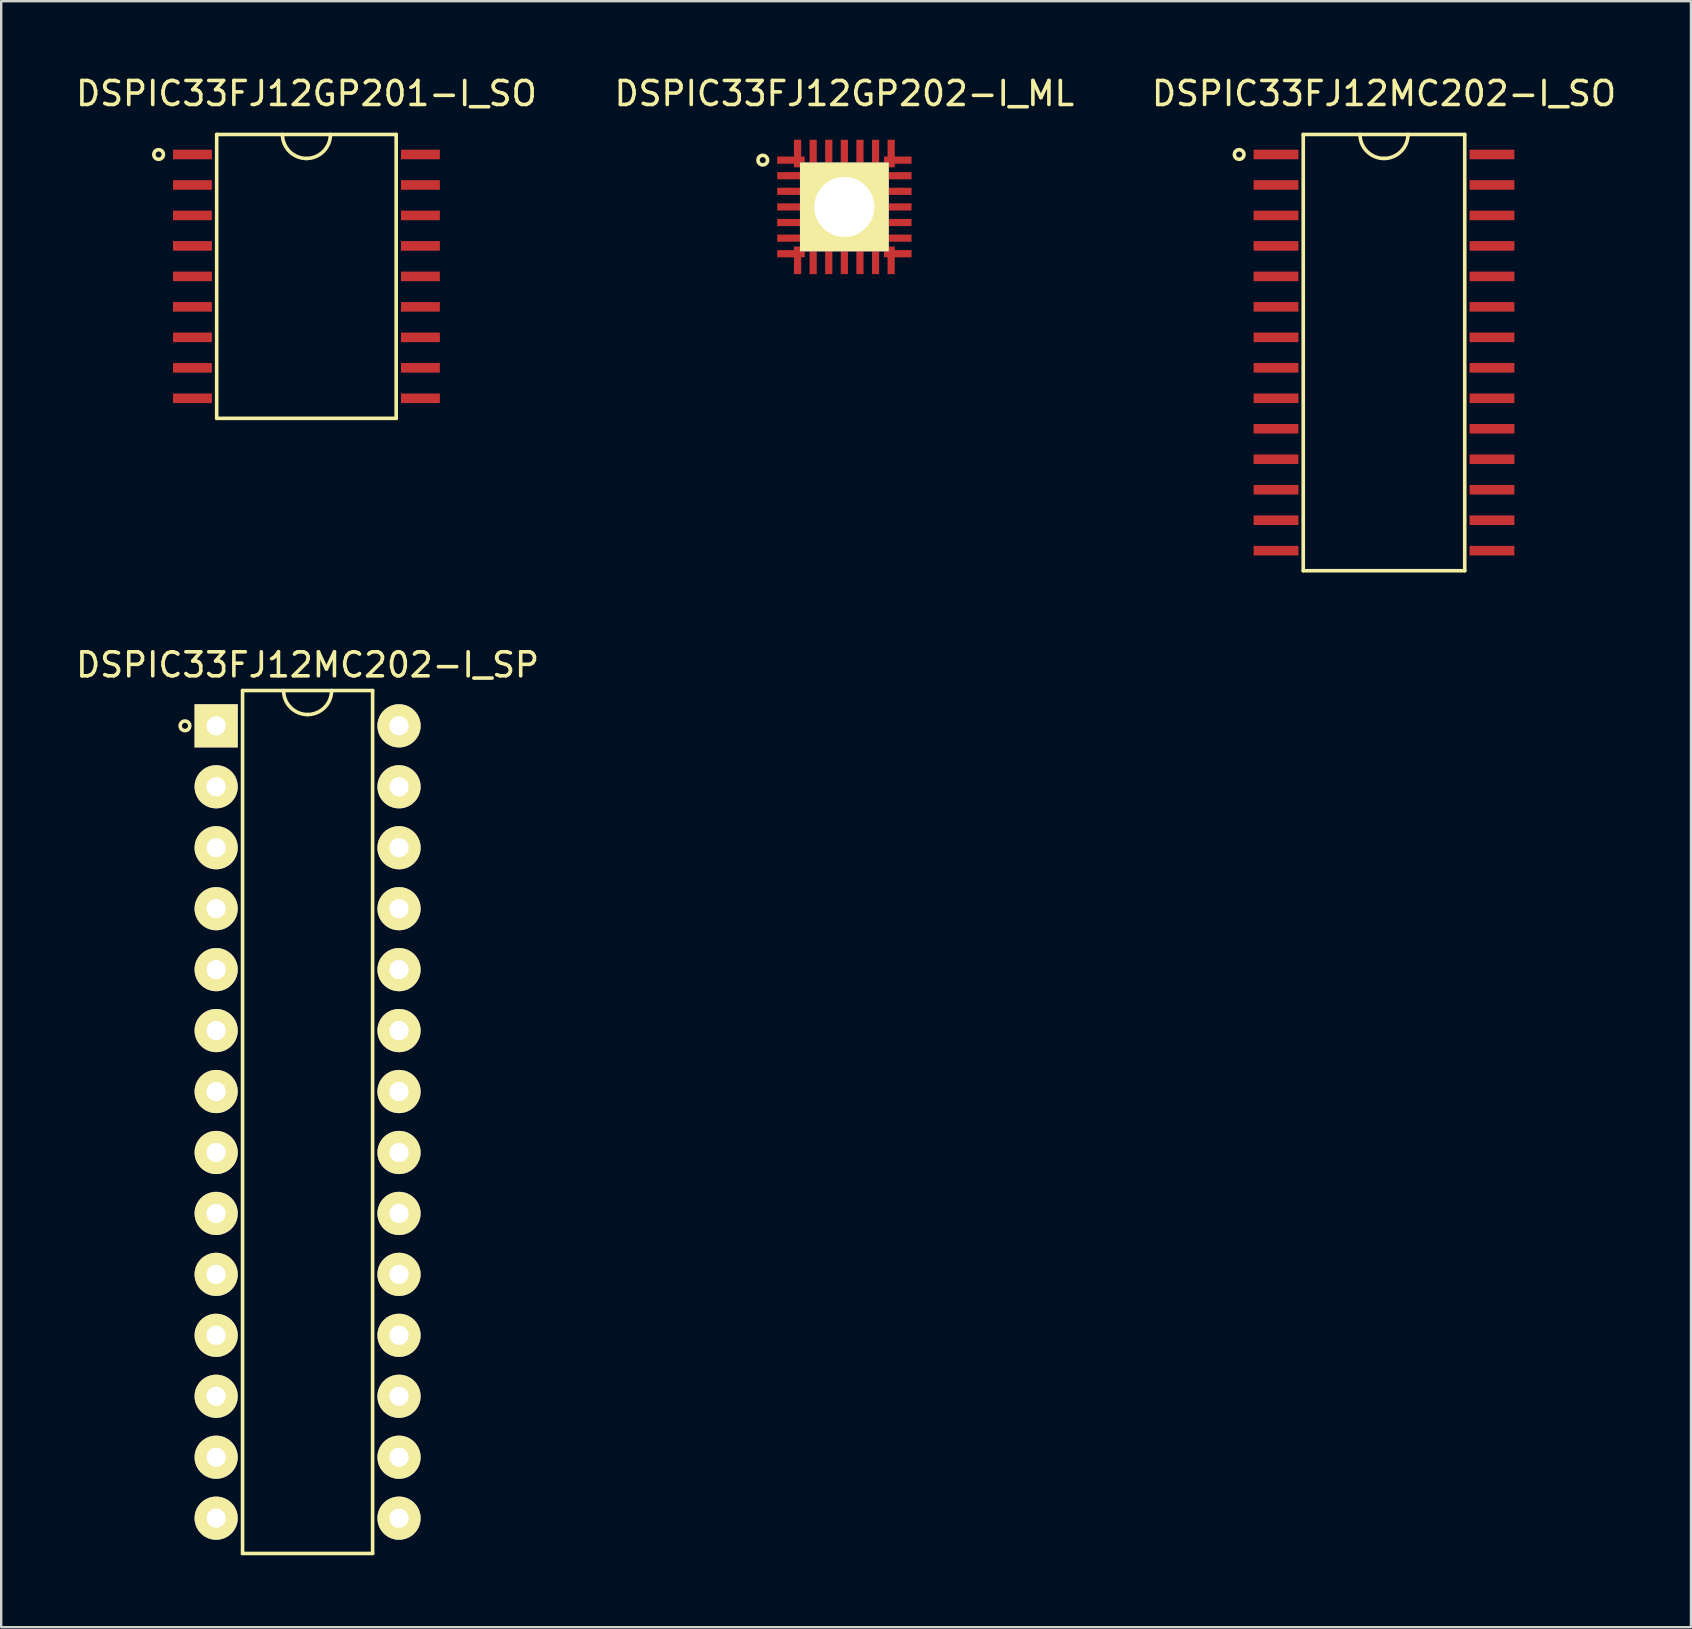
<source format=kicad_pcb>
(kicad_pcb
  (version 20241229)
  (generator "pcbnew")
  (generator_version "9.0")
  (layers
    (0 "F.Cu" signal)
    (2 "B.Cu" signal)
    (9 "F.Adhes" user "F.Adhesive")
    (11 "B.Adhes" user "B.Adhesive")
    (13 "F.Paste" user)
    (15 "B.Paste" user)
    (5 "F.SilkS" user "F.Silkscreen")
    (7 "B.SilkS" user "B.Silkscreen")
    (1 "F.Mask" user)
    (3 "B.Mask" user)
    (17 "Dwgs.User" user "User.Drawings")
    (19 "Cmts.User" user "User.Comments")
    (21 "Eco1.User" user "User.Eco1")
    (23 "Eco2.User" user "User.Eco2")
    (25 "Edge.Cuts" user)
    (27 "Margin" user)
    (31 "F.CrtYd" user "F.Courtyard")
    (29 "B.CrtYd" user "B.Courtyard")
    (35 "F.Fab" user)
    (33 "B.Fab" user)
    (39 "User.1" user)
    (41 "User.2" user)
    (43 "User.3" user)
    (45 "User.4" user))
  (footprint "DSPIC33FJ12GP201-I_SO"
    (layer "F.Cu")
    (at 4.97 3.388)
    (property "Reference" "DSPIC33FJ12GP201-I_SO" (at 4.75 -2.54 0) (layer "F.SilkS") (effects (font (size 1 1) (thickness 0.15))))
    (attr through_hole)
    (fp_line (start 1.01 -0.835) (end 8.49 -0.835) (stroke (width 0.15) (type solid)) (layer "F.SilkS"))
    (fp_line (start 1.01 10.995) (end 1.01 -0.835) (stroke (width 0.15) (type solid)) (layer "F.SilkS"))
    (fp_line (start 8.49 -0.835) (end 8.49 10.995) (stroke (width 0.15) (type solid)) (layer "F.SilkS"))
    (fp_line (start 8.49 10.995) (end 1.01 10.995) (stroke (width 0.15) (type solid)) (layer "F.SilkS"))
    (fp_arc (start 4.75 0.165) (mid 4.042893 -0.127893) (end 3.75 -0.835) (stroke (width 0.15) (type solid)) (layer "F.SilkS"))
    (fp_arc (start 5.75 -0.835) (mid 5.457107 -0.127893) (end 4.75 0.165) (stroke (width 0.15) (type solid)) (layer "F.SilkS"))
    (fp_circle (center -1.41 0) (end -1.41 0.2) (stroke (width 0.15) (type solid)) (fill no) (layer "F.SilkS"))
    (pad "1" smd rect (at 0 0) (size 1.62 0.4) (layers "F.Cu" "F.Mask" "F.Paste"))
    (pad "2" smd rect (at 0 1.27) (size 1.62 0.4) (layers "F.Cu" "F.Mask" "F.Paste"))
    (pad "3" smd rect (at 0 2.54) (size 1.62 0.4) (layers "F.Cu" "F.Mask" "F.Paste"))
    (pad "4" smd rect (at 0 3.81) (size 1.62 0.4) (layers "F.Cu" "F.Mask" "F.Paste"))
    (pad "5" smd rect (at 0 5.08) (size 1.62 0.4) (layers "F.Cu" "F.Mask" "F.Paste"))
    (pad "6" smd rect (at 0 6.35) (size 1.62 0.4) (layers "F.Cu" "F.Mask" "F.Paste"))
    (pad "7" smd rect (at 0 7.62) (size 1.62 0.4) (layers "F.Cu" "F.Mask" "F.Paste"))
    (pad "8" smd rect (at 0 8.89) (size 1.62 0.4) (layers "F.Cu" "F.Mask" "F.Paste"))
    (pad "9" smd rect (at 0 10.16) (size 1.62 0.4) (layers "F.Cu" "F.Mask" "F.Paste"))
    (pad "10" smd rect (at 9.5 10.16) (size 1.62 0.4) (layers "F.Cu" "F.Mask" "F.Paste"))
    (pad "11" smd rect (at 9.5 8.89) (size 1.62 0.4) (layers "F.Cu" "F.Mask" "F.Paste"))
    (pad "12" smd rect (at 9.5 7.62) (size 1.62 0.4) (layers "F.Cu" "F.Mask" "F.Paste"))
    (pad "13" smd rect (at 9.5 6.35) (size 1.62 0.4) (layers "F.Cu" "F.Mask" "F.Paste"))
    (pad "14" smd rect (at 9.5 5.08) (size 1.62 0.4) (layers "F.Cu" "F.Mask" "F.Paste"))
    (pad "15" smd rect (at 9.5 3.81) (size 1.62 0.4) (layers "F.Cu" "F.Mask" "F.Paste"))
    (pad "16" smd rect (at 9.5 2.54) (size 1.62 0.4) (layers "F.Cu" "F.Mask" "F.Paste"))
    (pad "17" smd rect (at 9.5 1.27) (size 1.62 0.4) (layers "F.Cu" "F.Mask" "F.Paste"))
    (pad "18" smd rect (at 9.5 0) (size 1.62 0.4) (layers "F.Cu" "F.Mask" "F.Paste")))
  (footprint "DSPIC33FJ12GP202-I_ML"
    (layer "F.Cu")
    (at 29.912 3.348)
    (property "Reference" "DSPIC33FJ12GP202-I_ML" (at 2.225 -2.5 0) (layer "F.SilkS") (effects (font (size 1 1) (thickness 0.15))))
    (attr through_hole)
    (fp_line (start 0.775 0.775) (end 0.775 3.675) (stroke (width 0.15) (type solid)) (layer "F.SilkS"))
    (fp_line (start 0.775 0.775) (end 3.675 0.775) (stroke (width 0.15) (type solid)) (layer "F.SilkS"))
    (fp_line (start 0.775 3.675) (end 3.675 3.675) (stroke (width 0.15) (type solid)) (layer "F.SilkS"))
    (fp_line (start 3.675 3.675) (end 3.675 0.775) (stroke (width 0.15) (type solid)) (layer "F.SilkS"))
    (fp_circle (center -1.175 0.275) (end -1.175 0.075) (stroke (width 0.15) (type solid)) (fill no) (layer "F.SilkS"))
    (fp_circle (center 1.775 1.775) (end 1.775 1.275) (stroke (width 0.15) (type solid)) (fill no) (layer "F.SilkS"))
    (pad "1" smd rect (at 0 0.275) (size 1.15 0.3) (layers "F.Cu" "F.Mask" "F.Paste"))
    (pad "2" smd rect (at 0 0.925) (size 1.15 0.3) (layers "F.Cu" "F.Mask" "F.Paste"))
    (pad "3" smd rect (at 0 1.575) (size 1.15 0.3) (layers "F.Cu" "F.Mask" "F.Paste"))
    (pad "4" smd rect (at 0 2.225) (size 1.15 0.3) (layers "F.Cu" "F.Mask" "F.Paste"))
    (pad "5" smd rect (at 0 2.875) (size 1.15 0.3) (layers "F.Cu" "F.Mask" "F.Paste"))
    (pad "6" smd rect (at 0 3.525) (size 1.15 0.3) (layers "F.Cu" "F.Mask" "F.Paste"))
    (pad "7" smd rect (at 0 4.175) (size 1.15 0.3) (layers "F.Cu" "F.Mask" "F.Paste"))
    (pad "8" smd rect (at 0.275 4.45) (size 0.3 1.15) (layers "F.Cu" "F.Mask" "F.Paste"))
    (pad "9" smd rect (at 0.925 4.45) (size 0.3 1.15) (layers "F.Cu" "F.Mask" "F.Paste"))
    (pad "10" smd rect (at 1.575 4.45) (size 0.3 1.15) (layers "F.Cu" "F.Mask" "F.Paste"))
    (pad "11" smd rect (at 2.225 4.45) (size 0.3 1.15) (layers "F.Cu" "F.Mask" "F.Paste"))
    (pad "12" smd rect (at 2.875 4.45) (size 0.3 1.15) (layers "F.Cu" "F.Mask" "F.Paste"))
    (pad "13" smd rect (at 3.525 4.45) (size 0.3 1.15) (layers "F.Cu" "F.Mask" "F.Paste"))
    (pad "14" smd rect (at 4.175 4.45) (size 0.3 1.15) (layers "F.Cu" "F.Mask" "F.Paste"))
    (pad "15" smd rect (at 4.45 4.175) (size 1.15 0.3) (layers "F.Cu" "F.Mask" "F.Paste"))
    (pad "16" smd rect (at 4.45 3.525) (size 1.15 0.3) (layers "F.Cu" "F.Mask" "F.Paste"))
    (pad "17" smd rect (at 4.45 2.875) (size 1.15 0.3) (layers "F.Cu" "F.Mask" "F.Paste"))
    (pad "18" smd rect (at 4.45 2.225) (size 1.15 0.3) (layers "F.Cu" "F.Mask" "F.Paste"))
    (pad "19" smd rect (at 4.45 1.575) (size 1.15 0.3) (layers "F.Cu" "F.Mask" "F.Paste"))
    (pad "20" smd rect (at 4.45 0.925) (size 1.15 0.3) (layers "F.Cu" "F.Mask" "F.Paste"))
    (pad "21" smd rect (at 4.45 0.275) (size 1.15 0.3) (layers "F.Cu" "F.Mask" "F.Paste"))
    (pad "22" smd rect (at 4.175 0) (size 0.3 1.15) (layers "F.Cu" "F.Mask" "F.Paste"))
    (pad "23" smd rect (at 3.525 0) (size 0.3 1.15) (layers "F.Cu" "F.Mask" "F.Paste"))
    (pad "24" smd rect (at 2.875 0) (size 0.3 1.15) (layers "F.Cu" "F.Mask" "F.Paste"))
    (pad "25" smd rect (at 2.225 0) (size 0.3 1.15) (layers "F.Cu" "F.Mask" "F.Paste"))
    (pad "26" smd rect (at 1.575 0) (size 0.3 1.15) (layers "F.Cu" "F.Mask" "F.Paste"))
    (pad "27" smd rect (at 0.925 0) (size 0.3 1.15) (layers "F.Cu" "F.Mask" "F.Paste"))
    (pad "28" smd rect (at 0.275 0) (size 0.3 1.15) (layers "F.Cu" "F.Mask" "F.Paste"))
    (pad "999" thru_hole rect (at 2.225 2.225) (size 3.7 3.7) (drill 2.5) (layers "*.Cu" "*.Mask" "F.SilkS")))
  (footprint "DSPIC33FJ12MC202-I_SO"
    (layer "F.Cu")
    (at 50.125 3.388)
    (property "Reference" "DSPIC33FJ12MC202-I_SO" (at 4.5 -2.54 0) (layer "F.SilkS") (effects (font (size 1 1) (thickness 0.15))))
    (attr through_hole)
    (fp_line (start 1.135 -0.835) (end 7.865 -0.835) (stroke (width 0.15) (type solid)) (layer "F.SilkS"))
    (fp_line (start 1.135 17.345) (end 1.135 -0.835) (stroke (width 0.15) (type solid)) (layer "F.SilkS"))
    (fp_line (start 7.865 -0.835) (end 7.865 17.345) (stroke (width 0.15) (type solid)) (layer "F.SilkS"))
    (fp_line (start 7.865 17.345) (end 1.135 17.345) (stroke (width 0.15) (type solid)) (layer "F.SilkS"))
    (fp_arc (start 4.5 0.165) (mid 3.792893 -0.127893) (end 3.5 -0.835) (stroke (width 0.15) (type solid)) (layer "F.SilkS"))
    (fp_arc (start 5.5 -0.835) (mid 5.207107 -0.127893) (end 4.5 0.165) (stroke (width 0.15) (type solid)) (layer "F.SilkS"))
    (fp_circle (center -1.535 0) (end -1.535 0.2) (stroke (width 0.15) (type solid)) (fill no) (layer "F.SilkS"))
    (pad "1" smd rect (at 0 0) (size 1.87 0.4) (layers "F.Cu" "F.Mask" "F.Paste"))
    (pad "2" smd rect (at 0 1.27) (size 1.87 0.4) (layers "F.Cu" "F.Mask" "F.Paste"))
    (pad "3" smd rect (at 0 2.54) (size 1.87 0.4) (layers "F.Cu" "F.Mask" "F.Paste"))
    (pad "4" smd rect (at 0 3.81) (size 1.87 0.4) (layers "F.Cu" "F.Mask" "F.Paste"))
    (pad "5" smd rect (at 0 5.08) (size 1.87 0.4) (layers "F.Cu" "F.Mask" "F.Paste"))
    (pad "6" smd rect (at 0 6.35) (size 1.87 0.4) (layers "F.Cu" "F.Mask" "F.Paste"))
    (pad "7" smd rect (at 0 7.62) (size 1.87 0.4) (layers "F.Cu" "F.Mask" "F.Paste"))
    (pad "8" smd rect (at 0 8.89) (size 1.87 0.4) (layers "F.Cu" "F.Mask" "F.Paste"))
    (pad "9" smd rect (at 0 10.16) (size 1.87 0.4) (layers "F.Cu" "F.Mask" "F.Paste"))
    (pad "10" smd rect (at 0 11.43) (size 1.87 0.4) (layers "F.Cu" "F.Mask" "F.Paste"))
    (pad "11" smd rect (at 0 12.7) (size 1.87 0.4) (layers "F.Cu" "F.Mask" "F.Paste"))
    (pad "12" smd rect (at 0 13.97) (size 1.87 0.4) (layers "F.Cu" "F.Mask" "F.Paste"))
    (pad "13" smd rect (at 0 15.24) (size 1.87 0.4) (layers "F.Cu" "F.Mask" "F.Paste"))
    (pad "14" smd rect (at 0 16.51) (size 1.87 0.4) (layers "F.Cu" "F.Mask" "F.Paste"))
    (pad "15" smd rect (at 9 16.51) (size 1.87 0.4) (layers "F.Cu" "F.Mask" "F.Paste"))
    (pad "16" smd rect (at 9 15.24) (size 1.87 0.4) (layers "F.Cu" "F.Mask" "F.Paste"))
    (pad "17" smd rect (at 9 13.97) (size 1.87 0.4) (layers "F.Cu" "F.Mask" "F.Paste"))
    (pad "18" smd rect (at 9 12.7) (size 1.87 0.4) (layers "F.Cu" "F.Mask" "F.Paste"))
    (pad "19" smd rect (at 9 11.43) (size 1.87 0.4) (layers "F.Cu" "F.Mask" "F.Paste"))
    (pad "20" smd rect (at 9 10.16) (size 1.87 0.4) (layers "F.Cu" "F.Mask" "F.Paste"))
    (pad "21" smd rect (at 9 8.89) (size 1.87 0.4) (layers "F.Cu" "F.Mask" "F.Paste"))
    (pad "22" smd rect (at 9 7.62) (size 1.87 0.4) (layers "F.Cu" "F.Mask" "F.Paste"))
    (pad "23" smd rect (at 9 6.35) (size 1.87 0.4) (layers "F.Cu" "F.Mask" "F.Paste"))
    (pad "24" smd rect (at 9 5.08) (size 1.87 0.4) (layers "F.Cu" "F.Mask" "F.Paste"))
    (pad "25" smd rect (at 9 3.81) (size 1.87 0.4) (layers "F.Cu" "F.Mask" "F.Paste"))
    (pad "26" smd rect (at 9 2.54) (size 1.87 0.4) (layers "F.Cu" "F.Mask" "F.Paste"))
    (pad "27" smd rect (at 9 1.27) (size 1.87 0.4) (layers "F.Cu" "F.Mask" "F.Paste"))
    (pad "28" smd rect (at 9 0) (size 1.87 0.4) (layers "F.Cu" "F.Mask" "F.Paste")))
  (footprint "DSPIC33FJ12MC202-I_SP"
    (layer "F.Cu")
    (at 5.958 27.197)
    (property "Reference" "DSPIC33FJ12MC202-I_SP" (at 3.81 -2.54 0) (layer "F.SilkS") (effects (font (size 1 1) (thickness 0.15))))
    (attr through_hole)
    (fp_line (start 1.1 -1.47) (end 6.52 -1.47) (stroke (width 0.15) (type solid)) (layer "F.SilkS"))
    (fp_line (start 1.1 34.49) (end 1.1 -1.47) (stroke (width 0.15) (type solid)) (layer "F.SilkS"))
    (fp_line (start 6.52 -1.47) (end 6.52 34.49) (stroke (width 0.15) (type solid)) (layer "F.SilkS"))
    (fp_line (start 6.52 34.49) (end 1.1 34.49) (stroke (width 0.15) (type solid)) (layer "F.SilkS"))
    (fp_arc (start 3.81 -0.47) (mid 3.102893 -0.762893) (end 2.81 -1.47) (stroke (width 0.15) (type solid)) (layer "F.SilkS"))
    (fp_arc (start 4.81 -1.47) (mid 4.517107 -0.762893) (end 3.81 -0.47) (stroke (width 0.15) (type solid)) (layer "F.SilkS"))
    (fp_circle (center -1.3 0) (end -1.3 0.2) (stroke (width 0.15) (type solid)) (fill no) (layer "F.SilkS"))
    (pad "1" thru_hole rect (at 0 0) (size 1.8 1.8) (drill 0.8) (layers "*.Cu" "*.Mask" "F.SilkS"))
    (pad "2" thru_hole circle (at 0 2.54) (size 1.8 1.8) (drill 0.8) (layers "*.Cu" "*.Mask" "F.SilkS"))
    (pad "3" thru_hole circle (at 0 5.08) (size 1.8 1.8) (drill 0.8) (layers "*.Cu" "*.Mask" "F.SilkS"))
    (pad "4" thru_hole circle (at 0 7.62) (size 1.8 1.8) (drill 0.8) (layers "*.Cu" "*.Mask" "F.SilkS"))
    (pad "5" thru_hole circle (at 0 10.16) (size 1.8 1.8) (drill 0.8) (layers "*.Cu" "*.Mask" "F.SilkS"))
    (pad "6" thru_hole circle (at 0 12.7) (size 1.8 1.8) (drill 0.8) (layers "*.Cu" "*.Mask" "F.SilkS"))
    (pad "7" thru_hole circle (at 0 15.24) (size 1.8 1.8) (drill 0.8) (layers "*.Cu" "*.Mask" "F.SilkS"))
    (pad "8" thru_hole circle (at 0 17.78) (size 1.8 1.8) (drill 0.8) (layers "*.Cu" "*.Mask" "F.SilkS"))
    (pad "9" thru_hole circle (at 0 20.32) (size 1.8 1.8) (drill 0.8) (layers "*.Cu" "*.Mask" "F.SilkS"))
    (pad "10" thru_hole circle (at 0 22.86) (size 1.8 1.8) (drill 0.8) (layers "*.Cu" "*.Mask" "F.SilkS"))
    (pad "11" thru_hole circle (at 0 25.4) (size 1.8 1.8) (drill 0.8) (layers "*.Cu" "*.Mask" "F.SilkS"))
    (pad "12" thru_hole circle (at 0 27.94) (size 1.8 1.8) (drill 0.8) (layers "*.Cu" "*.Mask" "F.SilkS"))
    (pad "13" thru_hole circle (at 0 30.48) (size 1.8 1.8) (drill 0.8) (layers "*.Cu" "*.Mask" "F.SilkS"))
    (pad "14" thru_hole circle (at 0 33.02) (size 1.8 1.8) (drill 0.8) (layers "*.Cu" "*.Mask" "F.SilkS"))
    (pad "15" thru_hole circle (at 7.62 33.02) (size 1.8 1.8) (drill 0.8) (layers "*.Cu" "*.Mask" "F.SilkS"))
    (pad "16" thru_hole circle (at 7.62 30.48) (size 1.8 1.8) (drill 0.8) (layers "*.Cu" "*.Mask" "F.SilkS"))
    (pad "17" thru_hole circle (at 7.62 27.94) (size 1.8 1.8) (drill 0.8) (layers "*.Cu" "*.Mask" "F.SilkS"))
    (pad "18" thru_hole circle (at 7.62 25.4) (size 1.8 1.8) (drill 0.8) (layers "*.Cu" "*.Mask" "F.SilkS"))
    (pad "19" thru_hole circle (at 7.62 22.86) (size 1.8 1.8) (drill 0.8) (layers "*.Cu" "*.Mask" "F.SilkS"))
    (pad "20" thru_hole circle (at 7.62 20.32) (size 1.8 1.8) (drill 0.8) (layers "*.Cu" "*.Mask" "F.SilkS"))
    (pad "21" thru_hole circle (at 7.62 17.78) (size 1.8 1.8) (drill 0.8) (layers "*.Cu" "*.Mask" "F.SilkS"))
    (pad "22" thru_hole circle (at 7.62 15.24) (size 1.8 1.8) (drill 0.8) (layers "*.Cu" "*.Mask" "F.SilkS"))
    (pad "23" thru_hole circle (at 7.62 12.7) (size 1.8 1.8) (drill 0.8) (layers "*.Cu" "*.Mask" "F.SilkS"))
    (pad "24" thru_hole circle (at 7.62 10.16) (size 1.8 1.8) (drill 0.8) (layers "*.Cu" "*.Mask" "F.SilkS"))
    (pad "25" thru_hole circle (at 7.62 7.62) (size 1.8 1.8) (drill 0.8) (layers "*.Cu" "*.Mask" "F.SilkS"))
    (pad "26" thru_hole circle (at 7.62 5.08) (size 1.8 1.8) (drill 0.8) (layers "*.Cu" "*.Mask" "F.SilkS"))
    (pad "27" thru_hole circle (at 7.62 2.54) (size 1.8 1.8) (drill 0.8) (layers "*.Cu" "*.Mask" "F.SilkS"))
    (pad "28" thru_hole circle (at 7.62 0) (size 1.8 1.8) (drill 0.8) (layers "*.Cu" "*.Mask" "F.SilkS")))
  (gr_rect
    (start -3 -3)
    (end 67.417 64.761)
    (stroke (width 0.1) (type default))
    (fill no)
    (layer "Edge.Cuts")))
</source>
